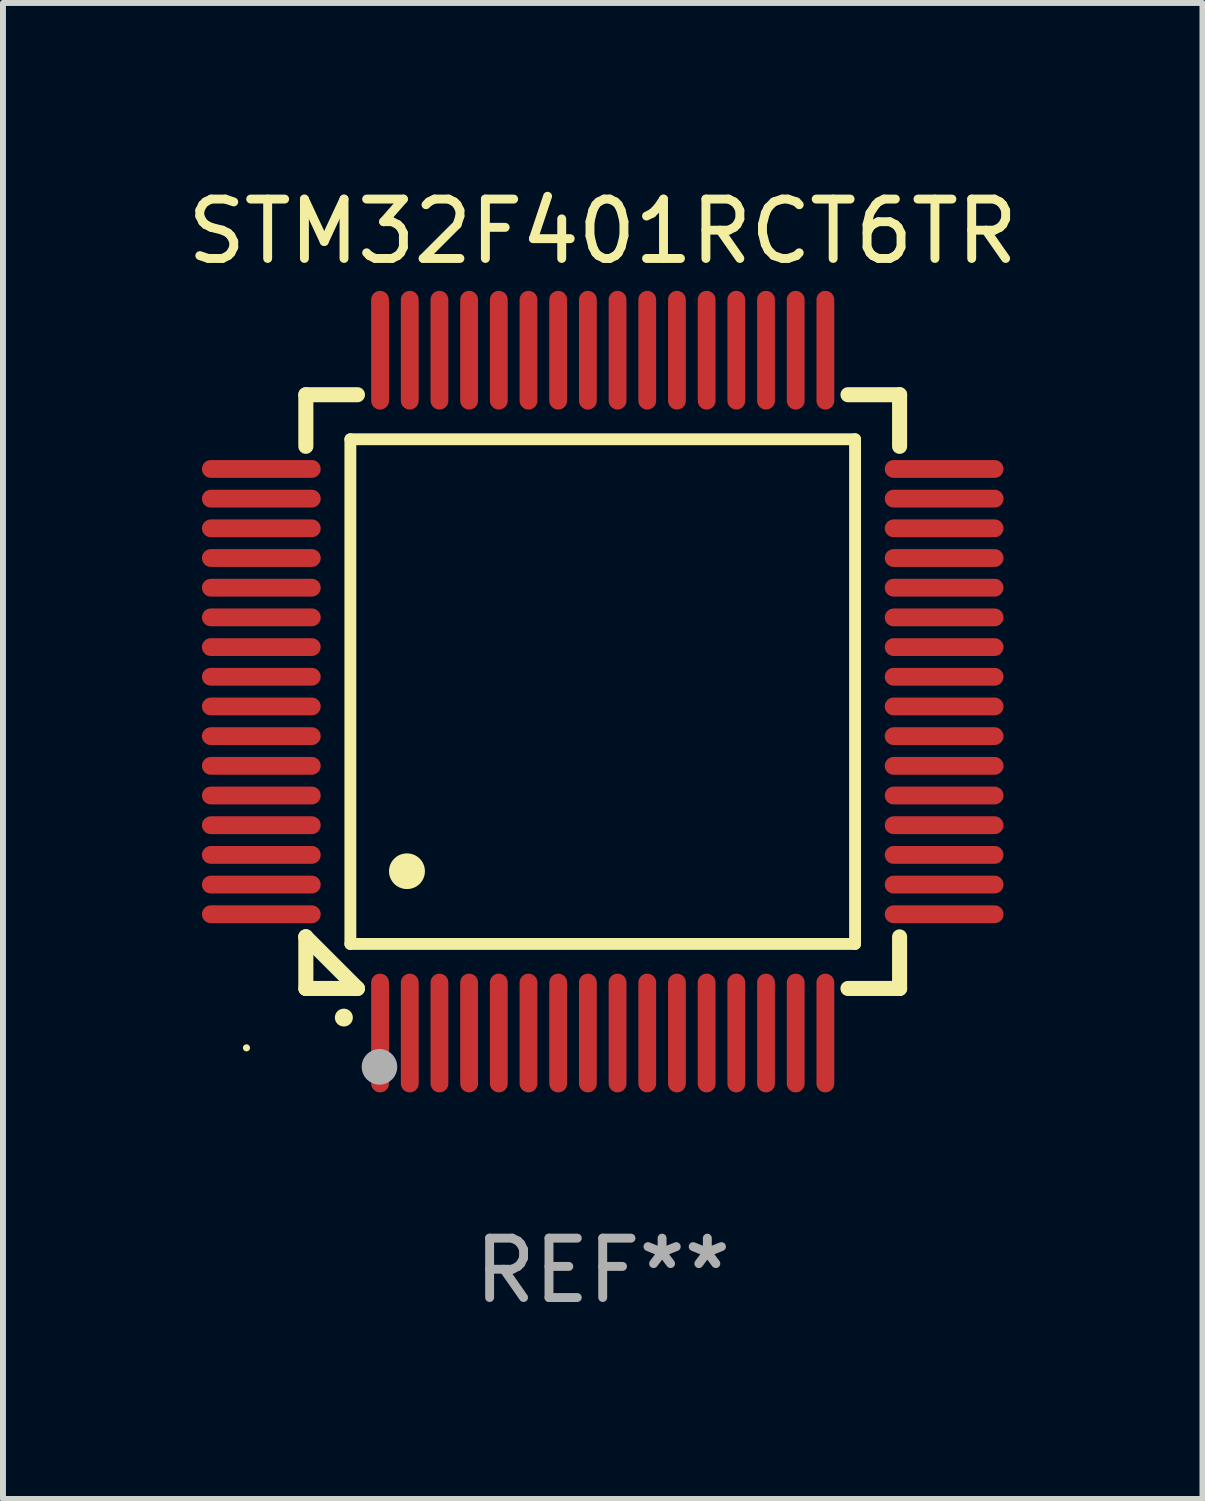
<source format=kicad_pcb>
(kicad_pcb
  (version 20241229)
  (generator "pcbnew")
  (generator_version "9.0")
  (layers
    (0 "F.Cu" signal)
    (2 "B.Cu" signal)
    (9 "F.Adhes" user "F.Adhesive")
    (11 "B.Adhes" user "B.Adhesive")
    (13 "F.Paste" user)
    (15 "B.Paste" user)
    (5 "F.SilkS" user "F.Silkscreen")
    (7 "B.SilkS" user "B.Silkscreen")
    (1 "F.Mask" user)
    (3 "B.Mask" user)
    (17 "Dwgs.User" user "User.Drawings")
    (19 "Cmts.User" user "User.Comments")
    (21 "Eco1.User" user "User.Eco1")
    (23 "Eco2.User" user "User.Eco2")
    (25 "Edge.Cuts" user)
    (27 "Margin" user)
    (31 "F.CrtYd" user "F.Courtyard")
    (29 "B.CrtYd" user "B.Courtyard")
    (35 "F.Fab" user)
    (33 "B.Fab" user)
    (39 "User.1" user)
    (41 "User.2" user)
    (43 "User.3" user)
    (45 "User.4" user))
  (footprint "STM32F401RCT6TR"
    (layer "F.Cu")
    (at 7.101 8.598)
    (property "Reference" "STM32F401RCT6TR" (at 0 -7.75 0) (layer "F.SilkS") (effects (font (size 1 1) (thickness 0.15))))
    (attr through_hole)
    (fp_line (start -5 -5) (end -4.131 -5) (stroke (width 0.254) (type solid)) (layer "F.SilkS"))
    (fp_line (start -5 -4.131) (end -5 -5) (stroke (width 0.254) (type solid)) (layer "F.SilkS"))
    (fp_line (start -5 4.131) (end -5 4.131) (stroke (width 0.254) (type solid)) (layer "F.SilkS"))
    (fp_line (start -5 5) (end -5 4.131) (stroke (width 0.254) (type solid)) (layer "F.SilkS"))
    (fp_line (start -5 4.131) (end -4.131 5) (stroke (width 0.254) (type solid)) (layer "F.SilkS"))
    (fp_line (start -4.25 -4.25) (end -4.25 4.25) (stroke (width 0.2) (type solid)) (layer "F.SilkS"))
    (fp_line (start -4.25 4.25) (end 4.25 4.25) (stroke (width 0.2) (type solid)) (layer "F.SilkS"))
    (fp_line (start -4.131 5) (end -5 5) (stroke (width 0.254) (type solid)) (layer "F.SilkS"))
    (fp_line (start 4.25 -4.25) (end -4.25 -4.25) (stroke (width 0.2) (type solid)) (layer "F.SilkS"))
    (fp_line (start 4.25 4.25) (end 4.25 -4.25) (stroke (width 0.2) (type solid)) (layer "F.SilkS"))
    (fp_line (start 5 -5) (end 4.131 -5) (stroke (width 0.254) (type solid)) (layer "F.SilkS"))
    (fp_line (start 5 -5) (end 5 -4.131) (stroke (width 0.254) (type solid)) (layer "F.SilkS"))
    (fp_line (start 5 4.131) (end 5 5) (stroke (width 0.254) (type solid)) (layer "F.SilkS"))
    (fp_line (start 5 5) (end 4.131 5) (stroke (width 0.254) (type solid)) (layer "F.SilkS"))
    (fp_arc (start -4.361265 5.489992) (mid -4.359995 5.489987) (end -4.358725 5.489992) (stroke (width 0.3) (type solid)) (layer "F.SilkS"))
    (fp_arc (start -3.299467 3.025146) (mid -3.296927 3.025135) (end -3.294387 3.025146) (stroke (width 0.6) (type solid)) (layer "F.SilkS"))
    (fp_circle (center -6 6) (end -5.97 6) (stroke (width 0.06) (type solid)) (fill no) (layer "F.SilkS"))
    (fp_circle (center -3.76 6.32) (end -3.61 6.32) (stroke (width 0.3) (type solid)) (fill no) (layer "F.Fab"))
    (fp_text user "REF**" (at 0 9.75 0) (layer "F.Fab") (effects (font (size 1 1) (thickness 0.15))))
    (pad "1" smd oval (at -3.75 5.75) (size 0.3 2) (layers "F.Cu" "F.Mask" "F.Paste"))
    (pad "2" smd oval (at -3.25 5.75) (size 0.3 2) (layers "F.Cu" "F.Mask" "F.Paste"))
    (pad "3" smd oval (at -2.75 5.75) (size 0.3 2) (layers "F.Cu" "F.Mask" "F.Paste"))
    (pad "4" smd oval (at -2.25 5.75) (size 0.3 2) (layers "F.Cu" "F.Mask" "F.Paste"))
    (pad "5" smd oval (at -1.75 5.75) (size 0.3 2) (layers "F.Cu" "F.Mask" "F.Paste"))
    (pad "6" smd oval (at -1.25 5.75) (size 0.3 2) (layers "F.Cu" "F.Mask" "F.Paste"))
    (pad "7" smd oval (at -0.75 5.75) (size 0.3 2) (layers "F.Cu" "F.Mask" "F.Paste"))
    (pad "8" smd oval (at -0.25 5.75) (size 0.3 2) (layers "F.Cu" "F.Mask" "F.Paste"))
    (pad "9" smd oval (at 0.25 5.75) (size 0.3 2) (layers "F.Cu" "F.Mask" "F.Paste"))
    (pad "10" smd oval (at 0.75 5.75) (size 0.3 2) (layers "F.Cu" "F.Mask" "F.Paste"))
    (pad "11" smd oval (at 1.25 5.75) (size 0.3 2) (layers "F.Cu" "F.Mask" "F.Paste"))
    (pad "12" smd oval (at 1.75 5.75) (size 0.3 2) (layers "F.Cu" "F.Mask" "F.Paste"))
    (pad "13" smd oval (at 2.25 5.75) (size 0.3 2) (layers "F.Cu" "F.Mask" "F.Paste"))
    (pad "14" smd oval (at 2.75 5.75) (size 0.3 2) (layers "F.Cu" "F.Mask" "F.Paste"))
    (pad "15" smd oval (at 3.25 5.75) (size 0.3 2) (layers "F.Cu" "F.Mask" "F.Paste"))
    (pad "16" smd oval (at 3.75 5.75) (size 0.3 2) (layers "F.Cu" "F.Mask" "F.Paste"))
    (pad "17" smd oval (at 5.75 3.75) (size 2 0.3) (layers "F.Cu" "F.Mask" "F.Paste"))
    (pad "18" smd oval (at 5.75 3.25) (size 2 0.3) (layers "F.Cu" "F.Mask" "F.Paste"))
    (pad "19" smd oval (at 5.75 2.75) (size 2 0.3) (layers "F.Cu" "F.Mask" "F.Paste"))
    (pad "20" smd oval (at 5.75 2.25) (size 2 0.3) (layers "F.Cu" "F.Mask" "F.Paste"))
    (pad "21" smd oval (at 5.75 1.75) (size 2 0.3) (layers "F.Cu" "F.Mask" "F.Paste"))
    (pad "22" smd oval (at 5.75 1.25) (size 2 0.3) (layers "F.Cu" "F.Mask" "F.Paste"))
    (pad "23" smd oval (at 5.75 0.75) (size 2 0.3) (layers "F.Cu" "F.Mask" "F.Paste"))
    (pad "24" smd oval (at 5.75 0.25) (size 2 0.3) (layers "F.Cu" "F.Mask" "F.Paste"))
    (pad "25" smd oval (at 5.75 -0.25) (size 2 0.3) (layers "F.Cu" "F.Mask" "F.Paste"))
    (pad "26" smd oval (at 5.75 -0.75) (size 2 0.3) (layers "F.Cu" "F.Mask" "F.Paste"))
    (pad "27" smd oval (at 5.75 -1.25) (size 2 0.3) (layers "F.Cu" "F.Mask" "F.Paste"))
    (pad "28" smd oval (at 5.75 -1.75) (size 2 0.3) (layers "F.Cu" "F.Mask" "F.Paste"))
    (pad "29" smd oval (at 5.75 -2.25) (size 2 0.3) (layers "F.Cu" "F.Mask" "F.Paste"))
    (pad "30" smd oval (at 5.75 -2.75) (size 2 0.3) (layers "F.Cu" "F.Mask" "F.Paste"))
    (pad "31" smd oval (at 5.75 -3.25) (size 2 0.3) (layers "F.Cu" "F.Mask" "F.Paste"))
    (pad "32" smd oval (at 5.75 -3.75) (size 2 0.3) (layers "F.Cu" "F.Mask" "F.Paste"))
    (pad "33" smd oval (at 3.75 -5.75) (size 0.3 2) (layers "F.Cu" "F.Mask" "F.Paste"))
    (pad "34" smd oval (at 3.25 -5.75) (size 0.3 2) (layers "F.Cu" "F.Mask" "F.Paste"))
    (pad "35" smd oval (at 2.75 -5.75) (size 0.3 2) (layers "F.Cu" "F.Mask" "F.Paste"))
    (pad "36" smd oval (at 2.25 -5.75) (size 0.3 2) (layers "F.Cu" "F.Mask" "F.Paste"))
    (pad "37" smd oval (at 1.75 -5.75) (size 0.3 2) (layers "F.Cu" "F.Mask" "F.Paste"))
    (pad "38" smd oval (at 1.25 -5.75) (size 0.3 2) (layers "F.Cu" "F.Mask" "F.Paste"))
    (pad "39" smd oval (at 0.75 -5.75) (size 0.3 2) (layers "F.Cu" "F.Mask" "F.Paste"))
    (pad "40" smd oval (at 0.25 -5.75) (size 0.3 2) (layers "F.Cu" "F.Mask" "F.Paste"))
    (pad "41" smd oval (at -0.25 -5.75) (size 0.3 2) (layers "F.Cu" "F.Mask" "F.Paste"))
    (pad "42" smd oval (at -0.75 -5.75) (size 0.3 2) (layers "F.Cu" "F.Mask" "F.Paste"))
    (pad "43" smd oval (at -1.25 -5.75) (size 0.3 2) (layers "F.Cu" "F.Mask" "F.Paste"))
    (pad "44" smd oval (at -1.75 -5.75) (size 0.3 2) (layers "F.Cu" "F.Mask" "F.Paste"))
    (pad "45" smd oval (at -2.25 -5.75) (size 0.3 2) (layers "F.Cu" "F.Mask" "F.Paste"))
    (pad "46" smd oval (at -2.75 -5.75) (size 0.3 2) (layers "F.Cu" "F.Mask" "F.Paste"))
    (pad "47" smd oval (at -3.25 -5.75) (size 0.3 2) (layers "F.Cu" "F.Mask" "F.Paste"))
    (pad "48" smd oval (at -3.75 -5.75) (size 0.3 2) (layers "F.Cu" "F.Mask" "F.Paste"))
    (pad "49" smd oval (at -5.75 -3.75) (size 2 0.3) (layers "F.Cu" "F.Mask" "F.Paste"))
    (pad "50" smd oval (at -5.75 -3.25) (size 2 0.3) (layers "F.Cu" "F.Mask" "F.Paste"))
    (pad "51" smd oval (at -5.75 -2.75) (size 2 0.3) (layers "F.Cu" "F.Mask" "F.Paste"))
    (pad "52" smd oval (at -5.75 -2.25) (size 2 0.3) (layers "F.Cu" "F.Mask" "F.Paste"))
    (pad "53" smd oval (at -5.75 -1.75) (size 2 0.3) (layers "F.Cu" "F.Mask" "F.Paste"))
    (pad "54" smd oval (at -5.75 -1.25) (size 2 0.3) (layers "F.Cu" "F.Mask" "F.Paste"))
    (pad "55" smd oval (at -5.75 -0.75) (size 2 0.3) (layers "F.Cu" "F.Mask" "F.Paste"))
    (pad "56" smd oval (at -5.75 -0.25) (size 2 0.3) (layers "F.Cu" "F.Mask" "F.Paste"))
    (pad "57" smd oval (at -5.75 0.25) (size 2 0.3) (layers "F.Cu" "F.Mask" "F.Paste"))
    (pad "58" smd oval (at -5.75 0.75) (size 2 0.3) (layers "F.Cu" "F.Mask" "F.Paste"))
    (pad "59" smd oval (at -5.75 1.25) (size 2 0.3) (layers "F.Cu" "F.Mask" "F.Paste"))
    (pad "60" smd oval (at -5.75 1.75) (size 2 0.3) (layers "F.Cu" "F.Mask" "F.Paste"))
    (pad "61" smd oval (at -5.75 2.25) (size 2 0.3) (layers "F.Cu" "F.Mask" "F.Paste"))
    (pad "62" smd oval (at -5.75 2.75) (size 2 0.3) (layers "F.Cu" "F.Mask" "F.Paste"))
    (pad "63" smd oval (at -5.75 3.25) (size 2 0.3) (layers "F.Cu" "F.Mask" "F.Paste"))
    (pad "64" smd oval (at -5.75 3.75) (size 2 0.3) (layers "F.Cu" "F.Mask" "F.Paste")))
  (gr_rect
    (start -3 -3)
    (end 17.202 22.196)
    (stroke (width 0.1) (type default))
    (fill no)
    (layer "Edge.Cuts")))
</source>
